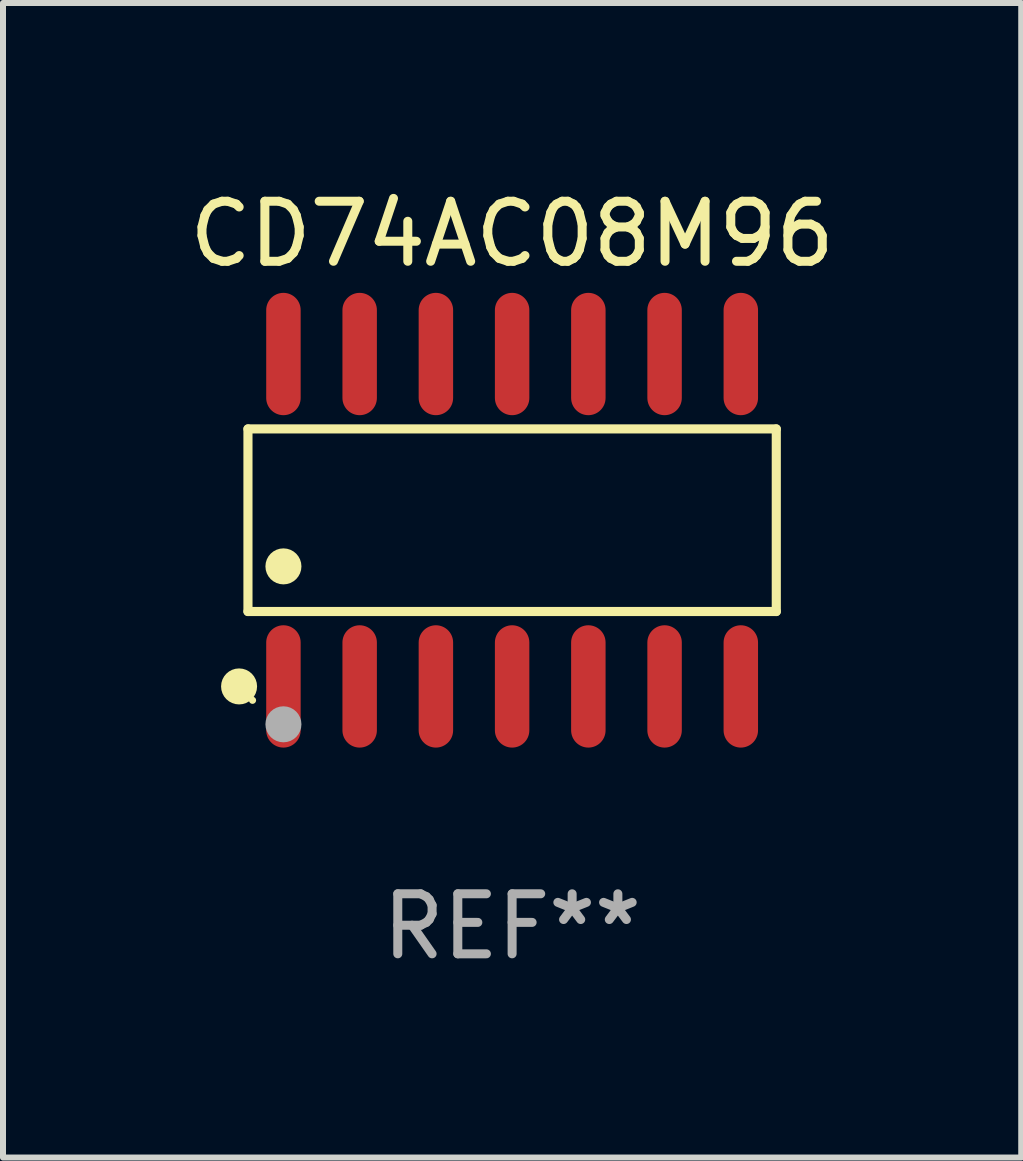
<source format=kicad_pcb>
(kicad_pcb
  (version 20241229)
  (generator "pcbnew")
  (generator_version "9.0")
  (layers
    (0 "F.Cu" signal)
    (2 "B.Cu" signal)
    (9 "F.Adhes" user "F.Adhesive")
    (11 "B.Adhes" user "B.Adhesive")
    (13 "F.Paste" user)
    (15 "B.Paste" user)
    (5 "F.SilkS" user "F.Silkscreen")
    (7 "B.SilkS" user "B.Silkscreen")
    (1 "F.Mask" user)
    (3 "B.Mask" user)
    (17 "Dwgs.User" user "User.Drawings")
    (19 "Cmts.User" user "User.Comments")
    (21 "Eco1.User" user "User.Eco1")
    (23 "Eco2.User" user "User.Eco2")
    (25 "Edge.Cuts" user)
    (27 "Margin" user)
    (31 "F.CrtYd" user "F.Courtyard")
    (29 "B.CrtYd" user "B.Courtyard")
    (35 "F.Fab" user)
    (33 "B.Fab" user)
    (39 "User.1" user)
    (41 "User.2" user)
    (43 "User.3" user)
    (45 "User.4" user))
  (footprint "CD74AC08M96"
    (layer "F.Cu")
    (at 5.482 5.617)
    (property "Reference" "CD74AC08M96" (at 0 -4.769 0) (layer "F.SilkS") (effects (font (size 1 1) (thickness 0.15))))
    (attr through_hole)
    (fp_line (start -4.401 -1.521) (end 4.401 -1.521) (stroke (width 0.152) (type solid)) (layer "F.SilkS"))
    (fp_line (start -4.401 1.521) (end -4.401 -1.521) (stroke (width 0.152) (type solid)) (layer "F.SilkS"))
    (fp_line (start 4.401 -1.521) (end 4.401 1.521) (stroke (width 0.152) (type solid)) (layer "F.SilkS"))
    (fp_line (start 4.401 1.521) (end -4.401 1.521) (stroke (width 0.152) (type solid)) (layer "F.SilkS"))
    (fp_circle (center -4.549 2.769) (end -4.399 2.769) (stroke (width 0.3) (type solid)) (fill no) (layer "F.SilkS"))
    (fp_circle (center -4.325 3) (end -4.295 3) (stroke (width 0.06) (type solid)) (fill no) (layer "F.SilkS"))
    (fp_circle (center -3.81 0.769) (end -3.66 0.769) (stroke (width 0.3) (type solid)) (fill no) (layer "F.SilkS"))
    (fp_circle (center -3.81 3.4) (end -3.66 3.4) (stroke (width 0.3) (type solid)) (fill no) (layer "F.Fab"))
    (fp_text user "REF**" (at 0 6.769 0) (layer "F.Fab") (effects (font (size 1 1) (thickness 0.15))))
    (pad "1" smd oval (at -3.81 2.769) (size 0.574 2.038) (layers "F.Cu" "F.Mask" "F.Paste"))
    (pad "2" smd oval (at -2.54 2.769) (size 0.574 2.038) (layers "F.Cu" "F.Mask" "F.Paste"))
    (pad "3" smd oval (at -1.27 2.769) (size 0.574 2.038) (layers "F.Cu" "F.Mask" "F.Paste"))
    (pad "4" smd oval (at 0 2.769) (size 0.574 2.038) (layers "F.Cu" "F.Mask" "F.Paste"))
    (pad "5" smd oval (at 1.27 2.769) (size 0.574 2.038) (layers "F.Cu" "F.Mask" "F.Paste"))
    (pad "6" smd oval (at 2.54 2.769) (size 0.574 2.038) (layers "F.Cu" "F.Mask" "F.Paste"))
    (pad "7" smd oval (at 3.81 2.769) (size 0.574 2.038) (layers "F.Cu" "F.Mask" "F.Paste"))
    (pad "8" smd oval (at 3.81 -2.769) (size 0.574 2.038) (layers "F.Cu" "F.Mask" "F.Paste"))
    (pad "9" smd oval (at 2.54 -2.769) (size 0.574 2.038) (layers "F.Cu" "F.Mask" "F.Paste"))
    (pad "10" smd oval (at 1.27 -2.769) (size 0.574 2.038) (layers "F.Cu" "F.Mask" "F.Paste"))
    (pad "11" smd oval (at 0 -2.769) (size 0.574 2.038) (layers "F.Cu" "F.Mask" "F.Paste"))
    (pad "12" smd oval (at -1.27 -2.769) (size 0.574 2.038) (layers "F.Cu" "F.Mask" "F.Paste"))
    (pad "13" smd oval (at -2.54 -2.769) (size 0.574 2.038) (layers "F.Cu" "F.Mask" "F.Paste"))
    (pad "14" smd oval (at -3.81 -2.769) (size 0.574 2.038) (layers "F.Cu" "F.Mask" "F.Paste")))
  (gr_rect
    (start -3 -3)
    (end 13.964 16.235)
    (stroke (width 0.1) (type default))
    (fill no)
    (layer "Edge.Cuts")))
</source>
